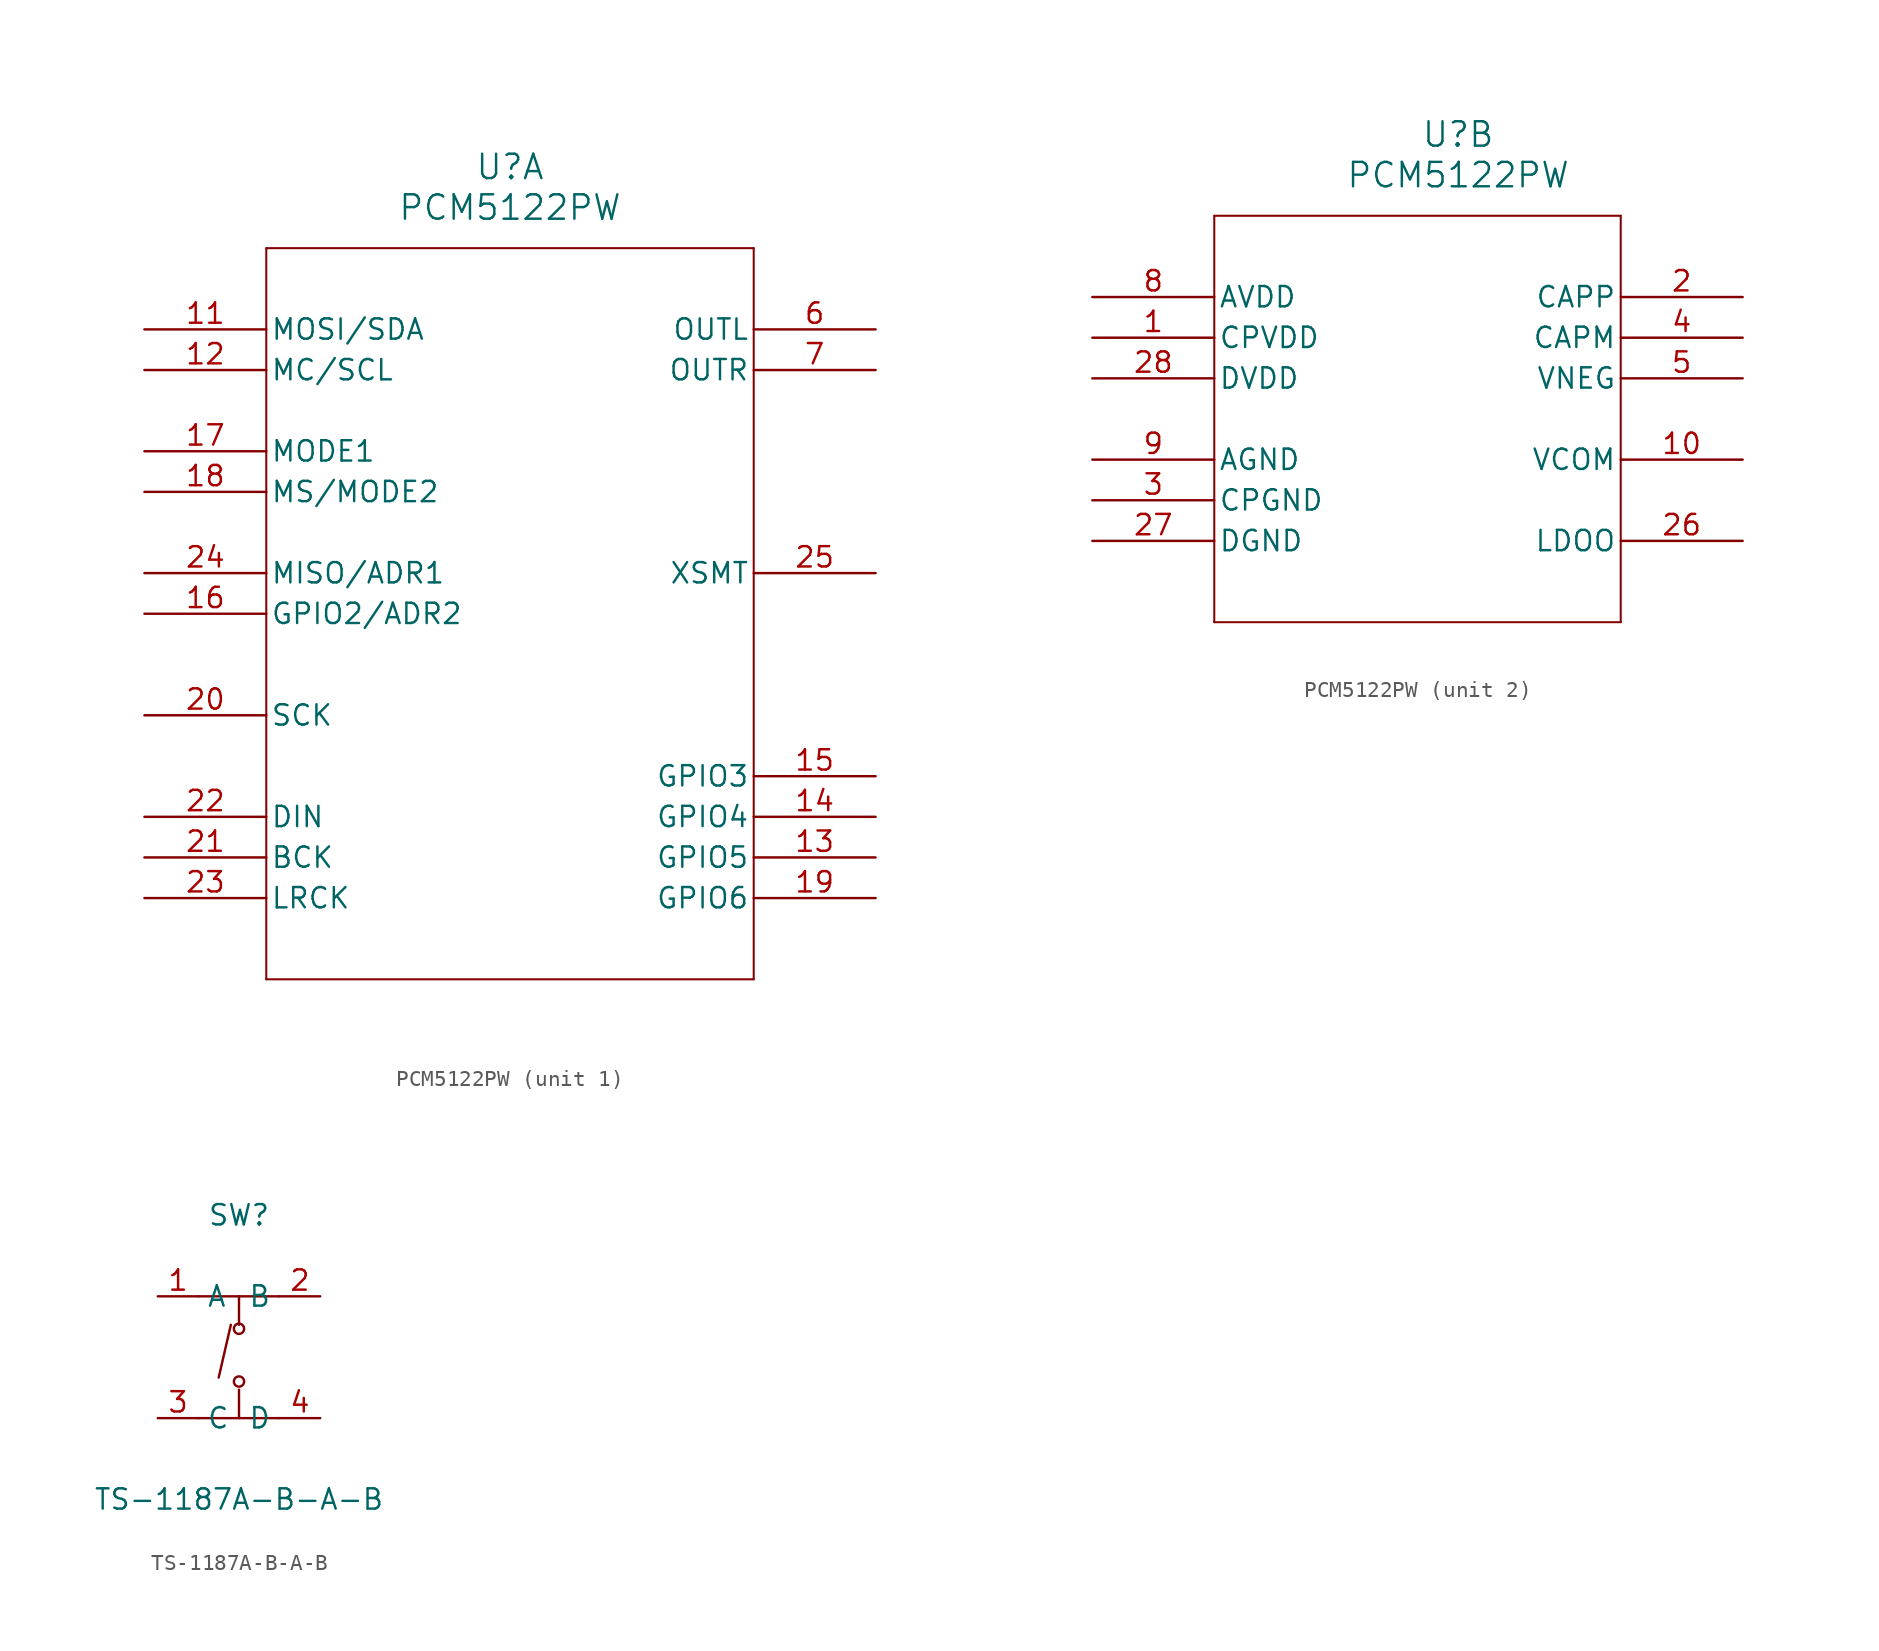
<source format=kicad_sym>
(kicad_symbol_lib
  (version 20220914)
  (generator kicad_symbol_editor)
  (symbol "PCM5122PW"
    (pin_names
      (offset 0.254))
    (property "Reference" "U"
      (at 22.86 10.16 0)
      (effects (font (size 1.524 1.524))))
    (property "Value" "PCM5122PW"
      (at 22.86 7.62 0)
      (effects (font (size 1.524 1.524))))
    (property "ki_locked" ""
      (at 0 0 0)
      (effects (font (size 1.27 1.27))))
    (symbol "PCM5122PW_1_1"
      (polyline (pts (xy 7.62 -40.64) (xy 38.1 -40.64)) (stroke (width 0.127) (type default)) (fill (type none)))
      (polyline (pts (xy 7.62 5.08) (xy 7.62 -40.64)) (stroke (width 0.127) (type default)) (fill (type none)))
      (polyline (pts (xy 38.1 -40.64) (xy 38.1 5.08)) (stroke (width 0.127) (type default)) (fill (type none)))
      (polyline (pts (xy 38.1 5.08) (xy 7.62 5.08)) (stroke (width 0.127) (type default)) (fill (type none)))
      (pin input line (at 0 0 0) (length 7.62) (name "MOSI/SDA" (effects (font (size 1.27 1.27)))) (number "11" (effects (font (size 1.27 1.27)))))
      (pin input line (at 0 -2.54 0) (length 7.62) (name "MC/SCL" (effects (font (size 1.27 1.27)))) (number "12" (effects (font (size 1.27 1.27)))))
      (pin bidirectional line (at 45.72 -33.02 180) (length 7.62) (name "GPIO5" (effects (font (size 1.27 1.27)))) (number "13" (effects (font (size 1.27 1.27)))))
      (pin bidirectional line (at 45.72 -30.48 180) (length 7.62) (name "GPIO4" (effects (font (size 1.27 1.27)))) (number "14" (effects (font (size 1.27 1.27)))))
      (pin bidirectional line (at 45.72 -27.94 180) (length 7.62) (name "GPIO3" (effects (font (size 1.27 1.27)))) (number "15" (effects (font (size 1.27 1.27)))))
      (pin bidirectional line (at 0 -17.78 0) (length 7.62) (name "GPIO2/ADR2" (effects (font (size 1.27 1.27)))) (number "16" (effects (font (size 1.27 1.27)))))
      (pin input line (at 0 -7.62 0) (length 7.62) (name "MODE1" (effects (font (size 1.27 1.27)))) (number "17" (effects (font (size 1.27 1.27)))))
      (pin input line (at 0 -10.16 0) (length 7.62) (name "MS/MODE2" (effects (font (size 1.27 1.27)))) (number "18" (effects (font (size 1.27 1.27)))))
      (pin bidirectional line (at 45.72 -35.56 180) (length 7.62) (name "GPIO6" (effects (font (size 1.27 1.27)))) (number "19" (effects (font (size 1.27 1.27)))))
      (pin input line (at 0 -24.13 0) (length 7.62) (name "SCK" (effects (font (size 1.27 1.27)))) (number "20" (effects (font (size 1.27 1.27)))))
      (pin bidirectional line (at 0 -33.02 0) (length 7.62) (name "BCK" (effects (font (size 1.27 1.27)))) (number "21" (effects (font (size 1.27 1.27)))))
      (pin input line (at 0 -30.48 0) (length 7.62) (name "DIN" (effects (font (size 1.27 1.27)))) (number "22" (effects (font (size 1.27 1.27)))))
      (pin bidirectional line (at 0 -35.56 0) (length 7.62) (name "LRCK" (effects (font (size 1.27 1.27)))) (number "23" (effects (font (size 1.27 1.27)))))
      (pin bidirectional line (at 0 -15.24 0) (length 7.62) (name "MISO/ADR1" (effects (font (size 1.27 1.27)))) (number "24" (effects (font (size 1.27 1.27)))))
      (pin input line (at 45.72 -15.24 180) (length 7.62) (name "XSMT" (effects (font (size 1.27 1.27)))) (number "25" (effects (font (size 1.27 1.27)))))
      (pin output line (at 45.72 0 180) (length 7.62) (name "OUTL" (effects (font (size 1.27 1.27)))) (number "6" (effects (font (size 1.27 1.27)))))
      (pin output line (at 45.72 -2.54 180) (length 7.62) (name "OUTR" (effects (font (size 1.27 1.27)))) (number "7" (effects (font (size 1.27 1.27))))))
    (symbol "PCM5122PW_2_1"
      (polyline (pts (xy 7.62 -20.32) (xy 33.02 -20.32)) (stroke (width 0.127) (type default)) (fill (type none)))
      (polyline (pts (xy 7.62 5.08) (xy 7.62 -20.32)) (stroke (width 0.127) (type default)) (fill (type none)))
      (polyline (pts (xy 33.02 -20.32) (xy 33.02 5.08)) (stroke (width 0.127) (type default)) (fill (type none)))
      (polyline (pts (xy 33.02 5.08) (xy 7.62 5.08)) (stroke (width 0.127) (type default)) (fill (type none)))
      (pin power_in line (at 0 -2.54 0) (length 7.62) (name "CPVDD" (effects (font (size 1.27 1.27)))) (number "1" (effects (font (size 1.27 1.27)))))
      (pin output line (at 40.64 -10.16 180) (length 7.62) (name "VCOM" (effects (font (size 1.27 1.27)))) (number "10" (effects (font (size 1.27 1.27)))))
      (pin output line (at 40.64 0 180) (length 7.62) (name "CAPP" (effects (font (size 1.27 1.27)))) (number "2" (effects (font (size 1.27 1.27)))))
      (pin unspecified line (at 40.64 -15.24 180) (length 7.62) (name "LDOO" (effects (font (size 1.27 1.27)))) (number "26" (effects (font (size 1.27 1.27)))))
      (pin power_in line (at 0 -15.24 0) (length 7.62) (name "DGND" (effects (font (size 1.27 1.27)))) (number "27" (effects (font (size 1.27 1.27)))))
      (pin power_in line (at 0 -5.08 0) (length 7.62) (name "DVDD" (effects (font (size 1.27 1.27)))) (number "28" (effects (font (size 1.27 1.27)))))
      (pin power_in line (at 0 -12.7 0) (length 7.62) (name "CPGND" (effects (font (size 1.27 1.27)))) (number "3" (effects (font (size 1.27 1.27)))))
      (pin output line (at 40.64 -2.54 180) (length 7.62) (name "CAPM" (effects (font (size 1.27 1.27)))) (number "4" (effects (font (size 1.27 1.27)))))
      (pin output line (at 40.64 -5.08 180) (length 7.62) (name "VNEG" (effects (font (size 1.27 1.27)))) (number "5" (effects (font (size 1.27 1.27)))))
      (pin power_in line (at 0 0 0) (length 7.62) (name "AVDD" (effects (font (size 1.27 1.27)))) (number "8" (effects (font (size 1.27 1.27)))))
      (pin power_in line (at 0 -10.16 0) (length 7.62) (name "AGND" (effects (font (size 1.27 1.27)))) (number "9" (effects (font (size 1.27 1.27)))))))
  (symbol "TS-1187A-B-A-B"
    (property "Reference" "SW"
      (at 0 7.62 0)
      (effects (font (size 1.27 1.27))))
    (property "Value" "TS-1187A-B-A-B"
      (at 0 -10.16 0)
      (effects (font (size 1.27 1.27))))
    (symbol "TS-1187A-B-A-B_0_1"
      (circle (center 0 -2.79) (radius 0.32) (stroke (width 0) (type default)) (fill (type none)))
      (polyline (pts (xy -2.54 -5.08) (xy 2.54 -5.08)) (stroke (width 0) (type default)) (fill (type none)))
      (polyline (pts (xy -2.54 2.54) (xy 2.54 2.54)) (stroke (width 0) (type default)) (fill (type none)))
      (polyline (pts (xy -0.51 0.76) (xy -1.27 -2.54)) (stroke (width 0) (type default)) (fill (type none)))
      (polyline (pts (xy 0 -3.3) (xy 0 -5.08)) (stroke (width 0) (type default)) (fill (type none)))
      (polyline (pts (xy 0 0.76) (xy 0 2.54)) (stroke (width 0) (type default)) (fill (type none)))
      (circle (center 0 0.51) (radius 0.32) (stroke (width 0) (type default)) (fill (type none)))
      (pin unspecified line (at -5.08 2.54 0) (length 2.54) (name "A" (effects (font (size 1.27 1.27)))) (number "1" (effects (font (size 1.27 1.27)))))
      (pin unspecified line (at 5.08 2.54 180) (length 2.54) (name "B" (effects (font (size 1.27 1.27)))) (number "2" (effects (font (size 1.27 1.27)))))
      (pin unspecified line (at -5.08 -5.08 0) (length 2.54) (name "C" (effects (font (size 1.27 1.27)))) (number "3" (effects (font (size 1.27 1.27)))))
      (pin unspecified line (at 5.08 -5.08 180) (length 2.54) (name "D" (effects (font (size 1.27 1.27)))) (number "4" (effects (font (size 1.27 1.27))))))))
</source>
